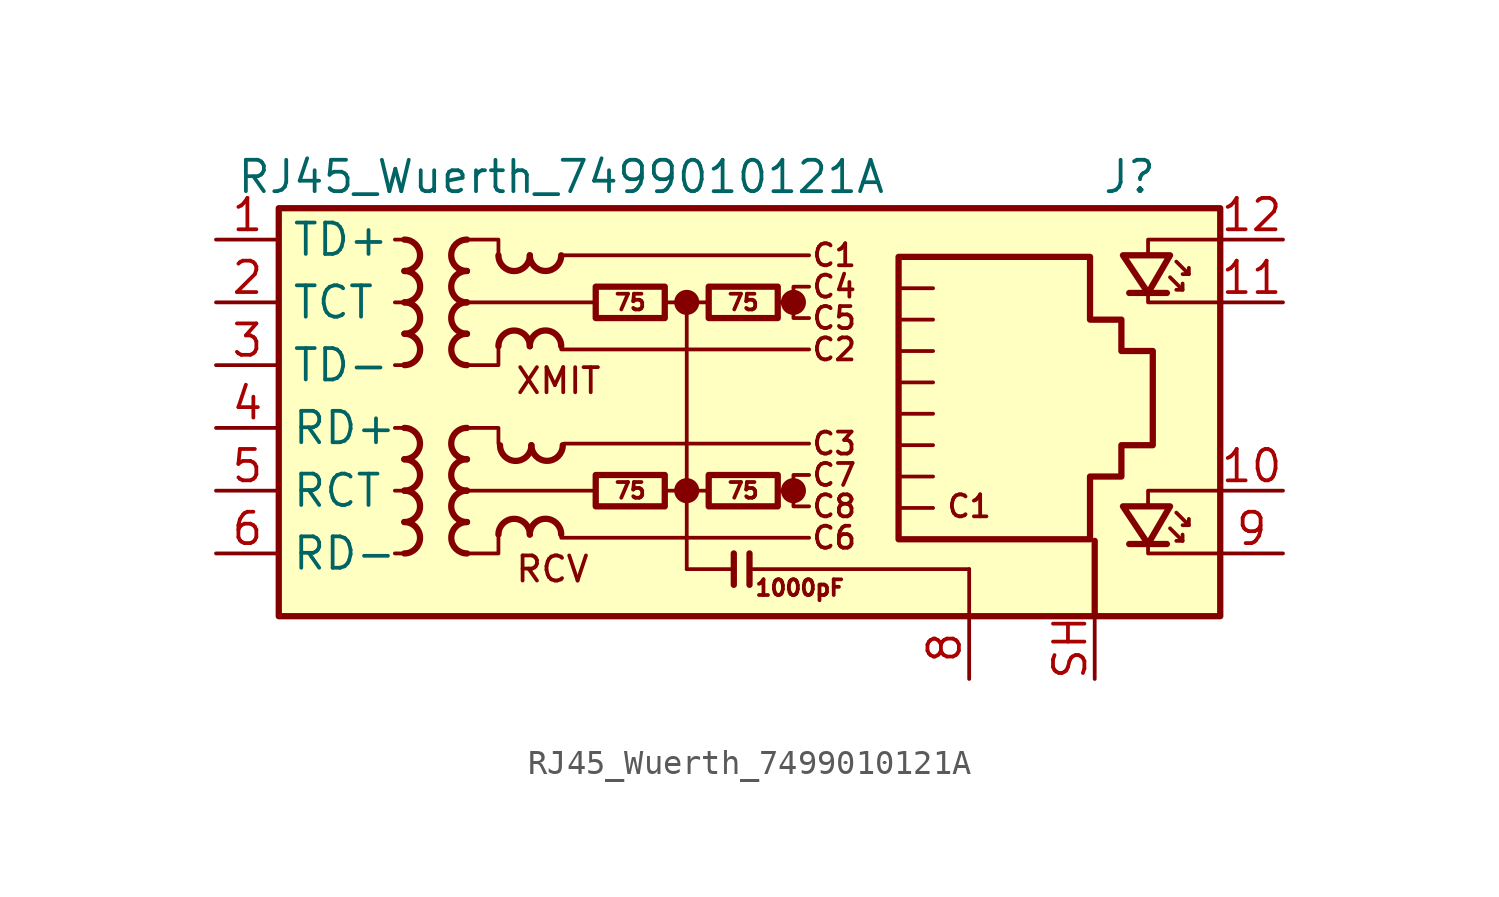
<source format=kicad_sym>
(kicad_symbol_lib
  (version 20220914)
  (generator kicad_symbol_editor)
  (symbol "RJ45_Wuerth_7499010121A"
    (property "Reference" "J"
      (at 17.78 10.16 0)
      (effects (font (size 1.27 1.27)) (justify right)))
    (property "Value" "RJ45_Wuerth_7499010121A"
      (at -6.35 10.16 0)
      (effects (font (size 1.27 1.27))))
    (symbol "RJ45_Wuerth_7499010121A_0_0"
      (circle (center -1.27 -2.54) (radius 0.0001) (stroke (width 0.508) (type default)) (fill (type none)))
      (circle (center -1.27 5.08) (radius 0.0001) (stroke (width 0.508) (type default)) (fill (type none)))
      (polyline (pts (xy -1.27 5.08) (xy -1.27 -5.715)) (stroke (width 0) (type default)) (fill (type none)))
      (polyline (pts (xy 0.635 -5.08) (xy 0.635 -6.35)) (stroke (width 0.254) (type default)) (fill (type none)))
      (polyline (pts (xy 1.27 -5.08) (xy 1.27 -6.35)) (stroke (width 0.254) (type default)) (fill (type none)))
      (polyline (pts (xy 3.048 -2.54) (xy 2.54 -2.54)) (stroke (width 0) (type default)) (fill (type none)))
      (polyline (pts (xy 3.048 5.08) (xy 2.54 5.08)) (stroke (width 0) (type default)) (fill (type none)))
      (polyline (pts (xy 17.399 -3.175) (xy 17.399 -2.54) (xy 20.32 -2.54)) (stroke (width 0) (type default)) (fill (type none)))
      (polyline (pts (xy 17.399 6.985) (xy 17.399 7.62) (xy 20.32 7.62)) (stroke (width 0) (type default)) (fill (type none)))
      (polyline (pts (xy 20.32 -5.08) (xy 17.399 -5.08) (xy 17.399 -4.572)) (stroke (width 0) (type default)) (fill (type none)))
      (polyline (pts (xy 20.32 5.08) (xy 17.399 5.08) (xy 17.399 5.588)) (stroke (width 0) (type default)) (fill (type none)))
      (polyline (pts (xy 3.683 -1.905) (xy 3.048 -1.905) (xy 3.048 -3.175) (xy 3.683 -3.175)) (stroke (width 0) (type default)) (fill (type none)))
      (polyline (pts (xy 3.683 5.715) (xy 3.048 5.715) (xy 3.048 4.445) (xy 3.683 4.445)) (stroke (width 0) (type default)) (fill (type none)))
      (circle (center 3.048 -2.54) (radius 0.0001) (stroke (width 0.508) (type default)) (fill (type none)))
      (circle (center 3.048 5.08) (radius 0.0001) (stroke (width 0.508) (type default)) (fill (type none)))
      (text "C1" (at 4.699 6.985 0) (effects (font (size 0.889 0.889))))
      (text "C1" (at 10.16 -3.175 0) (effects (font (size 0.889 0.889))))
      (text "C2" (at 4.699 3.175 0) (effects (font (size 0.889 0.889))))
      (text "C3" (at 4.699 -0.635 0) (effects (font (size 0.889 0.889))))
      (text "C4" (at 4.699 5.715 0) (effects (font (size 0.889 0.889))))
      (text "C5" (at 4.699 4.445 0) (effects (font (size 0.889 0.889))))
      (text "C6" (at 4.699 -4.445 0) (effects (font (size 0.889 0.889))))
      (text "C7" (at 4.699 -1.905 0) (effects (font (size 0.889 0.889))))
      (text "C8" (at 4.699 -3.175 0) (effects (font (size 0.889 0.889))))
      (text "RCV" (at -8.255 -5.715 0) (effects (font (size 1.016 1.016)) (justify left)))
      (text "XMIT" (at -8.255 1.905 0) (effects (font (size 1.016 1.016)) (justify left))))
    (symbol "RJ45_Wuerth_7499010121A_0_1"
      (rectangle (start -17.78 8.89) (end 20.32 -7.62) (stroke (width 0.254) (type default)) (fill (type background)))
      (polyline (pts (xy -12.7 -5.08) (xy -13.081 -5.08)) (stroke (width 0) (type default)) (fill (type none)))
      (polyline (pts (xy -12.7 -2.54) (xy -13.081 -2.54)) (stroke (width 0) (type default)) (fill (type none)))
      (polyline (pts (xy -12.7 0) (xy -13.081 0)) (stroke (width 0) (type default)) (fill (type none)))
      (polyline (pts (xy -12.7 2.54) (xy -13.081 2.54)) (stroke (width 0) (type default)) (fill (type none)))
      (polyline (pts (xy -12.7 5.08) (xy -13.081 5.08)) (stroke (width 0) (type default)) (fill (type none)))
      (polyline (pts (xy -12.7 7.62) (xy -13.081 7.62)) (stroke (width 0) (type default)) (fill (type none)))
      (polyline (pts (xy -6.35 -4.445) (xy 3.683 -4.445)) (stroke (width 0) (type default)) (fill (type none)))
      (polyline (pts (xy -6.35 3.175) (xy 3.683 3.175)) (stroke (width 0) (type default)) (fill (type none)))
      (polyline (pts (xy -6.35 6.985) (xy 3.683 6.985)) (stroke (width 0) (type default)) (fill (type none)))
      (polyline (pts (xy -6.223 -0.635) (xy 3.683 -0.635)) (stroke (width 0) (type default)) (fill (type none)))
      (polyline (pts (xy -5.08 -2.54) (xy -10.16 -2.54)) (stroke (width 0) (type default)) (fill (type none)))
      (polyline (pts (xy -4.953 5.08) (xy -10.16 5.08)) (stroke (width 0) (type default)) (fill (type none)))
      (polyline (pts (xy -2.159 -2.54) (xy -0.381 -2.54)) (stroke (width 0) (type default)) (fill (type none)))
      (polyline (pts (xy -2.159 5.08) (xy -0.381 5.08)) (stroke (width 0) (type default)) (fill (type none)))
      (polyline (pts (xy 0.635 -5.715) (xy -1.27 -5.715)) (stroke (width 0) (type default)) (fill (type none)))
      (polyline (pts (xy 7.429 -1.968) (xy 8.7 -1.968)) (stroke (width 0) (type default)) (fill (type none)))
      (polyline (pts (xy 7.429 -0.699) (xy 8.7 -0.699)) (stroke (width 0) (type default)) (fill (type none)))
      (polyline (pts (xy 7.429 0.572) (xy 8.7 0.572)) (stroke (width 0) (type default)) (fill (type none)))
      (polyline (pts (xy 7.429 1.841) (xy 8.7 1.841)) (stroke (width 0) (type default)) (fill (type none)))
      (polyline (pts (xy 7.429 3.111) (xy 8.7 3.111)) (stroke (width 0) (type default)) (fill (type none)))
      (polyline (pts (xy 8.7 -3.239) (xy 7.429 -3.239)) (stroke (width 0) (type default)) (fill (type none)))
      (polyline (pts (xy 8.7 4.381) (xy 7.429 4.381)) (stroke (width 0) (type default)) (fill (type none)))
      (polyline (pts (xy 8.7 5.652) (xy 7.429 5.652)) (stroke (width 0) (type default)) (fill (type none)))
      (polyline (pts (xy 10.16 -5.715) (xy 1.27 -5.715)) (stroke (width 0) (type default)) (fill (type none)))
      (polyline (pts (xy 10.16 -5.715) (xy 10.16 -7.62)) (stroke (width 0) (type default)) (fill (type none)))
      (polyline (pts (xy -10.16 0) (xy -8.89 0) (xy -8.89 -0.635)) (stroke (width 0) (type default)) (fill (type none)))
      (polyline (pts (xy -10.16 7.62) (xy -8.89 7.62) (xy -8.89 6.985)) (stroke (width 0) (type default)) (fill (type none)))
      (polyline (pts (xy -8.89 -4.445) (xy -8.89 -5.08) (xy -10.16 -5.08)) (stroke (width 0) (type default)) (fill (type none)))
      (polyline (pts (xy -8.89 3.175) (xy -8.89 2.54) (xy -10.16 2.54)) (stroke (width 0) (type default)) (fill (type none))))
    (symbol "RJ45_Wuerth_7499010121A_1_0"
      (text "1000pF" (at 3.302 -6.477 0) (effects (font (size 0.635 0.635)))))
    (symbol "RJ45_Wuerth_7499010121A_1_1"
      (arc (start -12.7 -1.27) (mid -12.0677 -0.635) (end -12.7 0) (stroke (width 0.254) (type default)) (fill (type none)))
      (arc (start -12.6973 -5.08) (mid -12.065 -4.445) (end -12.6973 -3.81) (stroke (width 0.254) (type default)) (fill (type none)))
      (arc (start -12.6973 -3.81) (mid -12.065 -3.175) (end -12.6973 -2.54) (stroke (width 0.254) (type default)) (fill (type none)))
      (arc (start -12.6973 -2.54) (mid -12.065 -1.905) (end -12.6973 -1.27) (stroke (width 0.254) (type default)) (fill (type none)))
      (arc (start -12.6973 6.35) (mid -12.065 6.985) (end -12.6973 7.62) (stroke (width 0.254) (type default)) (fill (type none)))
      (arc (start -12.6946 2.54) (mid -12.0623 3.175) (end -12.6946 3.81) (stroke (width 0.254) (type default)) (fill (type none)))
      (arc (start -12.6946 3.81) (mid -12.0623 4.445) (end -12.6946 5.08) (stroke (width 0.254) (type default)) (fill (type none)))
      (arc (start -12.6946 5.08) (mid -12.0623 5.715) (end -12.6946 6.35) (stroke (width 0.254) (type default)) (fill (type none)))
      (arc (start -10.1654 -2.54) (mid -10.7977 -3.175) (end -10.1654 -3.81) (stroke (width 0.254) (type default)) (fill (type none)))
      (arc (start -10.1654 -1.27) (mid -10.7977 -1.905) (end -10.1654 -2.54) (stroke (width 0.254) (type default)) (fill (type none)))
      (arc (start -10.1654 0) (mid -10.7977 -0.635) (end -10.1654 -1.27) (stroke (width 0.254) (type default)) (fill (type none)))
      (arc (start -10.1654 5.08) (mid -10.7977 4.445) (end -10.1654 3.81) (stroke (width 0.254) (type default)) (fill (type none)))
      (arc (start -10.1654 6.35) (mid -10.7977 5.715) (end -10.1654 5.08) (stroke (width 0.254) (type default)) (fill (type none)))
      (arc (start -10.1654 7.62) (mid -10.7977 6.985) (end -10.1654 6.35) (stroke (width 0.254) (type default)) (fill (type none)))
      (arc (start -10.1627 -3.81) (mid -10.795 -4.445) (end -10.1627 -5.08) (stroke (width 0.254) (type default)) (fill (type none)))
      (arc (start -10.1627 3.81) (mid -10.795 3.175) (end -10.1627 2.54) (stroke (width 0.254) (type default)) (fill (type none)))
      (arc (start -8.89 6.9823) (mid -8.255 6.35) (end -7.62 6.9823) (stroke (width 0.254) (type default)) (fill (type none)))
      (arc (start -8.8265 -0.7012) (mid -8.1915 -1.3335) (end -7.5565 -0.7012) (stroke (width 0.254) (type default)) (fill (type none)))
      (arc (start -7.62 -4.3153) (mid -8.255 -3.683) (end -8.89 -4.3153) (stroke (width 0.254) (type default)) (fill (type none)))
      (arc (start -7.62 3.3047) (mid -8.255 3.937) (end -8.89 3.3047) (stroke (width 0.254) (type default)) (fill (type none)))
      (arc (start -7.62 6.985) (mid -6.985 6.3527) (end -6.35 6.985) (stroke (width 0.254) (type default)) (fill (type none)))
      (arc (start -7.5565 -0.6985) (mid -6.9215 -1.3308) (end -6.2865 -0.6985) (stroke (width 0.254) (type default)) (fill (type none)))
      (arc (start -6.35 -4.3126) (mid -6.985 -3.6803) (end -7.62 -4.3126) (stroke (width 0.254) (type default)) (fill (type none)))
      (arc (start -6.35 3.3074) (mid -6.985 3.9397) (end -7.62 3.3074) (stroke (width 0.254) (type default)) (fill (type none)))
      (rectangle (start -4.953 -1.905) (end -2.159 -3.175) (stroke (width 0.254) (type default)) (fill (type none)))
      (rectangle (start -4.953 5.715) (end -2.159 4.445) (stroke (width 0.254) (type default)) (fill (type none)))
      (rectangle (start -0.381 -1.905) (end 2.413 -3.175) (stroke (width 0.254) (type default)) (fill (type none)))
      (rectangle (start -0.381 5.715) (end 2.413 4.445) (stroke (width 0.254) (type default)) (fill (type none)))
      (polyline (pts (xy 15.24 -7.62) (xy 15.24 -4.572)) (stroke (width 0.254) (type default)) (fill (type none)))
      (polyline (pts (xy 18.161 -4.699) (xy 16.637 -4.699)) (stroke (width 0.254) (type default)) (fill (type none)))
      (polyline (pts (xy 18.161 5.461) (xy 16.637 5.461)) (stroke (width 0.254) (type default)) (fill (type none)))
      (polyline (pts (xy 18.796 -4.572) (xy 18.796 -4.318)) (stroke (width 0) (type default)) (fill (type none)))
      (polyline (pts (xy 18.796 5.588) (xy 18.796 5.842)) (stroke (width 0) (type default)) (fill (type none)))
      (polyline (pts (xy 19.05 -3.937) (xy 19.05 -3.683)) (stroke (width 0) (type default)) (fill (type none)))
      (polyline (pts (xy 19.05 6.223) (xy 19.05 6.477)) (stroke (width 0) (type default)) (fill (type none)))
      (polyline (pts (xy 18.288 -4.064) (xy 18.796 -4.572) (xy 18.542 -4.572)) (stroke (width 0) (type default)) (fill (type none)))
      (polyline (pts (xy 18.288 6.096) (xy 18.796 5.588) (xy 18.542 5.588)) (stroke (width 0) (type default)) (fill (type none)))
      (polyline (pts (xy 18.542 -3.429) (xy 19.05 -3.937) (xy 18.796 -3.937)) (stroke (width 0) (type default)) (fill (type none)))
      (polyline (pts (xy 18.542 6.731) (xy 19.05 6.223) (xy 18.796 6.223)) (stroke (width 0) (type default)) (fill (type none)))
      (polyline (pts (xy 18.288 -3.175) (xy 16.383 -3.175) (xy 17.399 -4.699) (xy 18.288 -3.175)) (stroke (width 0.254) (type default)) (fill (type none)))
      (polyline (pts (xy 18.288 6.985) (xy 16.383 6.985) (xy 17.399 5.461) (xy 18.288 6.985)) (stroke (width 0.254) (type default)) (fill (type none)))
      (polyline (pts (xy 7.303 -4.508) (xy 7.303 6.921) (xy 15.05 6.921) (xy 15.05 4.381) (xy 16.32 4.381) (xy 16.32 3.111) (xy 17.59 3.111) (xy 17.59 -0.699) (xy 16.32 -0.699) (xy 16.32 -1.968) (xy 15.05 -1.968) (xy 15.05 -4.508) (xy 7.303 -4.508)) (stroke (width 0.254) (type default)) (fill (type none)))
      (text "75" (at -3.556 -2.54 0) (effects (font (size 0.635 0.635))))
      (text "75" (at -3.556 5.08 0) (effects (font (size 0.635 0.635))))
      (text "75" (at 1.016 -2.54 0) (effects (font (size 0.635 0.635))))
      (text "75" (at 1.016 5.08 0) (effects (font (size 0.635 0.635))))
      (pin passive line (at -20.32 7.62 0) (length 2.54) (name "TD+" (effects (font (size 1.27 1.27)))) (number "1" (effects (font (size 1.27 1.27)))))
      (pin passive line (at 22.86 -2.54 180) (length 2.54) (name "" (effects (font (size 1.27 1.27)))) (number "10" (effects (font (size 1.27 1.27)))))
      (pin passive line (at 22.86 5.08 180) (length 2.54) (name "" (effects (font (size 1.27 1.27)))) (number "11" (effects (font (size 1.27 1.27)))))
      (pin passive line (at 22.86 7.62 180) (length 2.54) (name "" (effects (font (size 1.27 1.27)))) (number "12" (effects (font (size 1.27 1.27)))))
      (pin passive line (at -20.32 5.08 0) (length 2.54) (name "TCT" (effects (font (size 1.27 1.27)))) (number "2" (effects (font (size 1.27 1.27)))))
      (pin passive line (at -20.32 2.54 0) (length 2.54) (name "TD-" (effects (font (size 1.27 1.27)))) (number "3" (effects (font (size 1.27 1.27)))))
      (pin passive line (at -20.32 0 0) (length 2.54) (name "RD+" (effects (font (size 1.27 1.27)))) (number "4" (effects (font (size 1.27 1.27)))))
      (pin passive line (at -20.32 -2.54 0) (length 2.54) (name "RCT" (effects (font (size 1.27 1.27)))) (number "5" (effects (font (size 1.27 1.27)))))
      (pin passive line (at -20.32 -5.08 0) (length 2.54) (name "RD-" (effects (font (size 1.27 1.27)))) (number "6" (effects (font (size 1.27 1.27)))))
      (pin no_connect line (at 20.32 0 0) (length 0) hide (name "NC" (effects (font (size 1.27 1.27)))) (number "7" (effects (font (size 1.27 1.27)))))
      (pin power_in line (at 10.16 -10.16 90) (length 2.54) (name "" (effects (font (size 1.27 1.27)))) (number "8" (effects (font (size 1.27 1.27)))))
      (pin passive line (at 22.86 -5.08 180) (length 2.54) (name "" (effects (font (size 1.27 1.27)))) (number "9" (effects (font (size 1.27 1.27)))))
      (pin passive line (at 15.24 -10.16 90) (length 2.54) (name "" (effects (font (size 1.27 1.27)))) (number "SH" (effects (font (size 1.27 1.27))))))))
</source>
